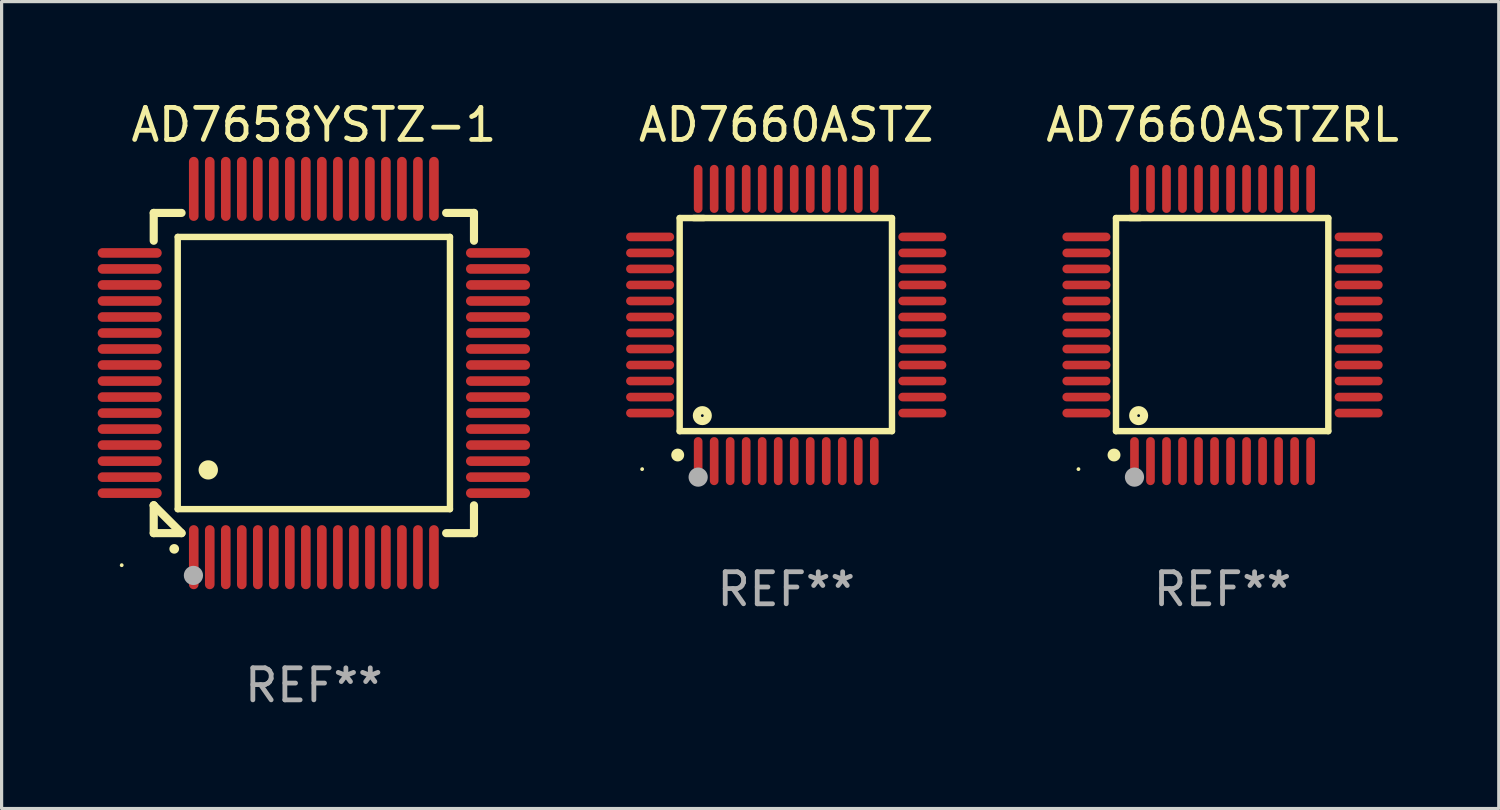
<source format=kicad_pcb>
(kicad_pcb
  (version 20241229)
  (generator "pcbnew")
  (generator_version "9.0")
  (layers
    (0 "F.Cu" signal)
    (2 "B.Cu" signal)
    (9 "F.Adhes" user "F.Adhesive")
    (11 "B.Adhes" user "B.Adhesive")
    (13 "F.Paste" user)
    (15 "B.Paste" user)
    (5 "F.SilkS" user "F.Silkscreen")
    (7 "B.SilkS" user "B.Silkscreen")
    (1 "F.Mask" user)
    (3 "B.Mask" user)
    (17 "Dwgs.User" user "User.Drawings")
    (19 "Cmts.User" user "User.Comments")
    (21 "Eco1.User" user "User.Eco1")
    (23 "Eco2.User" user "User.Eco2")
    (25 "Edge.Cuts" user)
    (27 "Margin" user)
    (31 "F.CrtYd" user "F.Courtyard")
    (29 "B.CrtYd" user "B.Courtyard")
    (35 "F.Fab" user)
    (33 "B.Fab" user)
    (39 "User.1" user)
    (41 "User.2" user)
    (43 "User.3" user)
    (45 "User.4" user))
  (footprint "AD7658YSTZ-1"
    (layer "F.Cu")
    (at 6.75 8.598)
    (property "Reference" "AD7658YSTZ-1" (at 0 -7.75 0) (layer "F.SilkS") (effects (font (size 1 1) (thickness 0.15))))
    (attr through_hole)
    (fp_line (start -5 -5) (end -4.131 -5) (stroke (width 0.254) (type solid)) (layer "F.SilkS"))
    (fp_line (start -5 -4.131) (end -5 -5) (stroke (width 0.254) (type solid)) (layer "F.SilkS"))
    (fp_line (start -5 4.131) (end -5 4.131) (stroke (width 0.254) (type solid)) (layer "F.SilkS"))
    (fp_line (start -5 5) (end -5 4.131) (stroke (width 0.254) (type solid)) (layer "F.SilkS"))
    (fp_line (start -5 4.131) (end -4.131 5) (stroke (width 0.254) (type solid)) (layer "F.SilkS"))
    (fp_line (start -4.25 -4.25) (end -4.25 4.25) (stroke (width 0.2) (type solid)) (layer "F.SilkS"))
    (fp_line (start -4.25 4.25) (end 4.25 4.25) (stroke (width 0.2) (type solid)) (layer "F.SilkS"))
    (fp_line (start -4.131 5) (end -5 5) (stroke (width 0.254) (type solid)) (layer "F.SilkS"))
    (fp_line (start 4.25 -4.25) (end -4.25 -4.25) (stroke (width 0.2) (type solid)) (layer "F.SilkS"))
    (fp_line (start 4.25 4.25) (end 4.25 -4.25) (stroke (width 0.2) (type solid)) (layer "F.SilkS"))
    (fp_line (start 5 -5) (end 4.131 -5) (stroke (width 0.254) (type solid)) (layer "F.SilkS"))
    (fp_line (start 5 -5) (end 5 -4.131) (stroke (width 0.254) (type solid)) (layer "F.SilkS"))
    (fp_line (start 5 4.131) (end 5 5) (stroke (width 0.254) (type solid)) (layer "F.SilkS"))
    (fp_line (start 5 5) (end 4.131 5) (stroke (width 0.254) (type solid)) (layer "F.SilkS"))
    (fp_arc (start -4.361265 5.489992) (mid -4.359995 5.489987) (end -4.358725 5.489992) (stroke (width 0.3) (type solid)) (layer "F.SilkS"))
    (fp_arc (start -3.299467 3.025146) (mid -3.296927 3.025135) (end -3.294387 3.025146) (stroke (width 0.6) (type solid)) (layer "F.SilkS"))
    (fp_circle (center -6 6) (end -5.97 6) (stroke (width 0.06) (type solid)) (fill no) (layer "F.SilkS"))
    (fp_circle (center -3.76 6.32) (end -3.61 6.32) (stroke (width 0.3) (type solid)) (fill no) (layer "F.Fab"))
    (fp_text user "REF**" (at 0 9.75 0) (layer "F.Fab") (effects (font (size 1 1) (thickness 0.15))))
    (pad "1" smd oval (at -3.75 5.75) (size 0.3 2) (layers "F.Cu" "F.Mask" "F.Paste"))
    (pad "2" smd oval (at -3.25 5.75) (size 0.3 2) (layers "F.Cu" "F.Mask" "F.Paste"))
    (pad "3" smd oval (at -2.75 5.75) (size 0.3 2) (layers "F.Cu" "F.Mask" "F.Paste"))
    (pad "4" smd oval (at -2.25 5.75) (size 0.3 2) (layers "F.Cu" "F.Mask" "F.Paste"))
    (pad "5" smd oval (at -1.75 5.75) (size 0.3 2) (layers "F.Cu" "F.Mask" "F.Paste"))
    (pad "6" smd oval (at -1.25 5.75) (size 0.3 2) (layers "F.Cu" "F.Mask" "F.Paste"))
    (pad "7" smd oval (at -0.75 5.75) (size 0.3 2) (layers "F.Cu" "F.Mask" "F.Paste"))
    (pad "8" smd oval (at -0.25 5.75) (size 0.3 2) (layers "F.Cu" "F.Mask" "F.Paste"))
    (pad "9" smd oval (at 0.25 5.75) (size 0.3 2) (layers "F.Cu" "F.Mask" "F.Paste"))
    (pad "10" smd oval (at 0.75 5.75) (size 0.3 2) (layers "F.Cu" "F.Mask" "F.Paste"))
    (pad "11" smd oval (at 1.25 5.75) (size 0.3 2) (layers "F.Cu" "F.Mask" "F.Paste"))
    (pad "12" smd oval (at 1.75 5.75) (size 0.3 2) (layers "F.Cu" "F.Mask" "F.Paste"))
    (pad "13" smd oval (at 2.25 5.75) (size 0.3 2) (layers "F.Cu" "F.Mask" "F.Paste"))
    (pad "14" smd oval (at 2.75 5.75) (size 0.3 2) (layers "F.Cu" "F.Mask" "F.Paste"))
    (pad "15" smd oval (at 3.25 5.75) (size 0.3 2) (layers "F.Cu" "F.Mask" "F.Paste"))
    (pad "16" smd oval (at 3.75 5.75) (size 0.3 2) (layers "F.Cu" "F.Mask" "F.Paste"))
    (pad "17" smd oval (at 5.75 3.75) (size 2 0.3) (layers "F.Cu" "F.Mask" "F.Paste"))
    (pad "18" smd oval (at 5.75 3.25) (size 2 0.3) (layers "F.Cu" "F.Mask" "F.Paste"))
    (pad "19" smd oval (at 5.75 2.75) (size 2 0.3) (layers "F.Cu" "F.Mask" "F.Paste"))
    (pad "20" smd oval (at 5.75 2.25) (size 2 0.3) (layers "F.Cu" "F.Mask" "F.Paste"))
    (pad "21" smd oval (at 5.75 1.75) (size 2 0.3) (layers "F.Cu" "F.Mask" "F.Paste"))
    (pad "22" smd oval (at 5.75 1.25) (size 2 0.3) (layers "F.Cu" "F.Mask" "F.Paste"))
    (pad "23" smd oval (at 5.75 0.75) (size 2 0.3) (layers "F.Cu" "F.Mask" "F.Paste"))
    (pad "24" smd oval (at 5.75 0.25) (size 2 0.3) (layers "F.Cu" "F.Mask" "F.Paste"))
    (pad "25" smd oval (at 5.75 -0.25) (size 2 0.3) (layers "F.Cu" "F.Mask" "F.Paste"))
    (pad "26" smd oval (at 5.75 -0.75) (size 2 0.3) (layers "F.Cu" "F.Mask" "F.Paste"))
    (pad "27" smd oval (at 5.75 -1.25) (size 2 0.3) (layers "F.Cu" "F.Mask" "F.Paste"))
    (pad "28" smd oval (at 5.75 -1.75) (size 2 0.3) (layers "F.Cu" "F.Mask" "F.Paste"))
    (pad "29" smd oval (at 5.75 -2.25) (size 2 0.3) (layers "F.Cu" "F.Mask" "F.Paste"))
    (pad "30" smd oval (at 5.75 -2.75) (size 2 0.3) (layers "F.Cu" "F.Mask" "F.Paste"))
    (pad "31" smd oval (at 5.75 -3.25) (size 2 0.3) (layers "F.Cu" "F.Mask" "F.Paste"))
    (pad "32" smd oval (at 5.75 -3.75) (size 2 0.3) (layers "F.Cu" "F.Mask" "F.Paste"))
    (pad "33" smd oval (at 3.75 -5.75) (size 0.3 2) (layers "F.Cu" "F.Mask" "F.Paste"))
    (pad "34" smd oval (at 3.25 -5.75) (size 0.3 2) (layers "F.Cu" "F.Mask" "F.Paste"))
    (pad "35" smd oval (at 2.75 -5.75) (size 0.3 2) (layers "F.Cu" "F.Mask" "F.Paste"))
    (pad "36" smd oval (at 2.25 -5.75) (size 0.3 2) (layers "F.Cu" "F.Mask" "F.Paste"))
    (pad "37" smd oval (at 1.75 -5.75) (size 0.3 2) (layers "F.Cu" "F.Mask" "F.Paste"))
    (pad "38" smd oval (at 1.25 -5.75) (size 0.3 2) (layers "F.Cu" "F.Mask" "F.Paste"))
    (pad "39" smd oval (at 0.75 -5.75) (size 0.3 2) (layers "F.Cu" "F.Mask" "F.Paste"))
    (pad "40" smd oval (at 0.25 -5.75) (size 0.3 2) (layers "F.Cu" "F.Mask" "F.Paste"))
    (pad "41" smd oval (at -0.25 -5.75) (size 0.3 2) (layers "F.Cu" "F.Mask" "F.Paste"))
    (pad "42" smd oval (at -0.75 -5.75) (size 0.3 2) (layers "F.Cu" "F.Mask" "F.Paste"))
    (pad "43" smd oval (at -1.25 -5.75) (size 0.3 2) (layers "F.Cu" "F.Mask" "F.Paste"))
    (pad "44" smd oval (at -1.75 -5.75) (size 0.3 2) (layers "F.Cu" "F.Mask" "F.Paste"))
    (pad "45" smd oval (at -2.25 -5.75) (size 0.3 2) (layers "F.Cu" "F.Mask" "F.Paste"))
    (pad "46" smd oval (at -2.75 -5.75) (size 0.3 2) (layers "F.Cu" "F.Mask" "F.Paste"))
    (pad "47" smd oval (at -3.25 -5.75) (size 0.3 2) (layers "F.Cu" "F.Mask" "F.Paste"))
    (pad "48" smd oval (at -3.75 -5.75) (size 0.3 2) (layers "F.Cu" "F.Mask" "F.Paste"))
    (pad "49" smd oval (at -5.75 -3.75) (size 2 0.3) (layers "F.Cu" "F.Mask" "F.Paste"))
    (pad "50" smd oval (at -5.75 -3.25) (size 2 0.3) (layers "F.Cu" "F.Mask" "F.Paste"))
    (pad "51" smd oval (at -5.75 -2.75) (size 2 0.3) (layers "F.Cu" "F.Mask" "F.Paste"))
    (pad "52" smd oval (at -5.75 -2.25) (size 2 0.3) (layers "F.Cu" "F.Mask" "F.Paste"))
    (pad "53" smd oval (at -5.75 -1.75) (size 2 0.3) (layers "F.Cu" "F.Mask" "F.Paste"))
    (pad "54" smd oval (at -5.75 -1.25) (size 2 0.3) (layers "F.Cu" "F.Mask" "F.Paste"))
    (pad "55" smd oval (at -5.75 -0.75) (size 2 0.3) (layers "F.Cu" "F.Mask" "F.Paste"))
    (pad "56" smd oval (at -5.75 -0.25) (size 2 0.3) (layers "F.Cu" "F.Mask" "F.Paste"))
    (pad "57" smd oval (at -5.75 0.25) (size 2 0.3) (layers "F.Cu" "F.Mask" "F.Paste"))
    (pad "58" smd oval (at -5.75 0.75) (size 2 0.3) (layers "F.Cu" "F.Mask" "F.Paste"))
    (pad "59" smd oval (at -5.75 1.25) (size 2 0.3) (layers "F.Cu" "F.Mask" "F.Paste"))
    (pad "60" smd oval (at -5.75 1.75) (size 2 0.3) (layers "F.Cu" "F.Mask" "F.Paste"))
    (pad "61" smd oval (at -5.75 2.25) (size 2 0.3) (layers "F.Cu" "F.Mask" "F.Paste"))
    (pad "62" smd oval (at -5.75 2.75) (size 2 0.3) (layers "F.Cu" "F.Mask" "F.Paste"))
    (pad "63" smd oval (at -5.75 3.25) (size 2 0.3) (layers "F.Cu" "F.Mask" "F.Paste"))
    (pad "64" smd oval (at -5.75 3.75) (size 2 0.3) (layers "F.Cu" "F.Mask" "F.Paste")))
  (footprint "AD7660ASTZRL"
    (layer "F.Cu")
    (at 35.124 7.098)
    (property "Reference" "AD7660ASTZRL" (at 0 -6.25 0) (layer "F.SilkS") (effects (font (size 1 1) (thickness 0.15))))
    (attr through_hole)
    (fp_line (start -3.327 -3.34) (end -2.565 -3.34) (stroke (width 0.2) (type solid)) (layer "F.SilkS"))
    (fp_line (start -3.327 3.315) (end -3.327 -3.34) (stroke (width 0.2) (type solid)) (layer "F.SilkS"))
    (fp_line (start -2.896 -3.34) (end 3.302 -3.34) (stroke (width 0.2) (type solid)) (layer "F.SilkS"))
    (fp_line (start 3.302 -3.34) (end 3.302 3.315) (stroke (width 0.2) (type solid)) (layer "F.SilkS"))
    (fp_line (start 3.302 3.315) (end -3.327 3.315) (stroke (width 0.2) (type solid)) (layer "F.SilkS"))
    (fp_arc (start -3.389992 4.059995) (mid -3.388722 4.059991) (end -3.387452 4.059995) (stroke (width 0.4) (type solid)) (layer "F.SilkS"))
    (fp_circle (center -4.5 4.5) (end -4.47 4.5) (stroke (width 0.06) (type solid)) (fill no) (layer "F.SilkS"))
    (fp_circle (center -2.62 2.83) (end -2.45 2.83) (stroke (width 0.254) (type solid)) (fill no) (layer "F.SilkS"))
    (fp_circle (center -2.75 4.75) (end -2.6 4.75) (stroke (width 0.3) (type solid)) (fill no) (layer "F.Fab"))
    (fp_text user "REF**" (at 0 8.25 0) (layer "F.Fab") (effects (font (size 1 1) (thickness 0.15))))
    (pad "1" smd oval (at -2.75 4.25) (size 0.27 1.5) (layers "F.Cu" "F.Mask" "F.Paste"))
    (pad "2" smd oval (at -2.25 4.25) (size 0.27 1.5) (layers "F.Cu" "F.Mask" "F.Paste"))
    (pad "3" smd oval (at -1.75 4.25) (size 0.27 1.5) (layers "F.Cu" "F.Mask" "F.Paste"))
    (pad "4" smd oval (at -1.25 4.25) (size 0.27 1.5) (layers "F.Cu" "F.Mask" "F.Paste"))
    (pad "5" smd oval (at -0.75 4.25) (size 0.27 1.5) (layers "F.Cu" "F.Mask" "F.Paste"))
    (pad "6" smd oval (at -0.25 4.25) (size 0.27 1.5) (layers "F.Cu" "F.Mask" "F.Paste"))
    (pad "7" smd oval (at 0.25 4.25) (size 0.27 1.5) (layers "F.Cu" "F.Mask" "F.Paste"))
    (pad "8" smd oval (at 0.75 4.25) (size 0.27 1.5) (layers "F.Cu" "F.Mask" "F.Paste"))
    (pad "9" smd oval (at 1.25 4.25) (size 0.27 1.5) (layers "F.Cu" "F.Mask" "F.Paste"))
    (pad "10" smd oval (at 1.75 4.25) (size 0.27 1.5) (layers "F.Cu" "F.Mask" "F.Paste"))
    (pad "11" smd oval (at 2.25 4.25) (size 0.27 1.5) (layers "F.Cu" "F.Mask" "F.Paste"))
    (pad "12" smd oval (at 2.75 4.25) (size 0.27 1.5) (layers "F.Cu" "F.Mask" "F.Paste"))
    (pad "13" smd oval (at 4.25 2.75) (size 1.5 0.27) (layers "F.Cu" "F.Mask" "F.Paste"))
    (pad "14" smd oval (at 4.25 2.25) (size 1.5 0.27) (layers "F.Cu" "F.Mask" "F.Paste"))
    (pad "15" smd oval (at 4.25 1.75) (size 1.5 0.27) (layers "F.Cu" "F.Mask" "F.Paste"))
    (pad "16" smd oval (at 4.25 1.25) (size 1.5 0.27) (layers "F.Cu" "F.Mask" "F.Paste"))
    (pad "17" smd oval (at 4.25 0.75) (size 1.5 0.27) (layers "F.Cu" "F.Mask" "F.Paste"))
    (pad "18" smd oval (at 4.25 0.25) (size 1.5 0.27) (layers "F.Cu" "F.Mask" "F.Paste"))
    (pad "19" smd oval (at 4.25 -0.25) (size 1.5 0.27) (layers "F.Cu" "F.Mask" "F.Paste"))
    (pad "20" smd oval (at 4.25 -0.75) (size 1.5 0.27) (layers "F.Cu" "F.Mask" "F.Paste"))
    (pad "21" smd oval (at 4.25 -1.25) (size 1.5 0.27) (layers "F.Cu" "F.Mask" "F.Paste"))
    (pad "22" smd oval (at 4.25 -1.75) (size 1.5 0.27) (layers "F.Cu" "F.Mask" "F.Paste"))
    (pad "23" smd oval (at 4.25 -2.25) (size 1.5 0.27) (layers "F.Cu" "F.Mask" "F.Paste"))
    (pad "24" smd oval (at 4.25 -2.75) (size 1.5 0.27) (layers "F.Cu" "F.Mask" "F.Paste"))
    (pad "25" smd oval (at 2.75 -4.25) (size 0.27 1.5) (layers "F.Cu" "F.Mask" "F.Paste"))
    (pad "26" smd oval (at 2.25 -4.25) (size 0.27 1.5) (layers "F.Cu" "F.Mask" "F.Paste"))
    (pad "27" smd oval (at 1.75 -4.25) (size 0.27 1.5) (layers "F.Cu" "F.Mask" "F.Paste"))
    (pad "28" smd oval (at 1.25 -4.25) (size 0.27 1.5) (layers "F.Cu" "F.Mask" "F.Paste"))
    (pad "29" smd oval (at 0.75 -4.25) (size 0.27 1.5) (layers "F.Cu" "F.Mask" "F.Paste"))
    (pad "30" smd oval (at 0.25 -4.25) (size 0.27 1.5) (layers "F.Cu" "F.Mask" "F.Paste"))
    (pad "31" smd oval (at -0.25 -4.25) (size 0.27 1.5) (layers "F.Cu" "F.Mask" "F.Paste"))
    (pad "32" smd oval (at -0.75 -4.25) (size 0.27 1.5) (layers "F.Cu" "F.Mask" "F.Paste"))
    (pad "33" smd oval (at -1.25 -4.25) (size 0.27 1.5) (layers "F.Cu" "F.Mask" "F.Paste"))
    (pad "34" smd oval (at -1.75 -4.25) (size 0.27 1.5) (layers "F.Cu" "F.Mask" "F.Paste"))
    (pad "35" smd oval (at -2.25 -4.25) (size 0.27 1.5) (layers "F.Cu" "F.Mask" "F.Paste"))
    (pad "36" smd oval (at -2.75 -4.25) (size 0.27 1.5) (layers "F.Cu" "F.Mask" "F.Paste"))
    (pad "37" smd oval (at -4.25 -2.75) (size 1.5 0.27) (layers "F.Cu" "F.Mask" "F.Paste"))
    (pad "38" smd oval (at -4.25 -2.25) (size 1.5 0.27) (layers "F.Cu" "F.Mask" "F.Paste"))
    (pad "39" smd oval (at -4.25 -1.75) (size 1.5 0.27) (layers "F.Cu" "F.Mask" "F.Paste"))
    (pad "40" smd oval (at -4.25 -1.25) (size 1.5 0.27) (layers "F.Cu" "F.Mask" "F.Paste"))
    (pad "41" smd oval (at -4.25 -0.75) (size 1.5 0.27) (layers "F.Cu" "F.Mask" "F.Paste"))
    (pad "42" smd oval (at -4.25 -0.25) (size 1.5 0.27) (layers "F.Cu" "F.Mask" "F.Paste"))
    (pad "43" smd oval (at -4.25 0.25) (size 1.5 0.27) (layers "F.Cu" "F.Mask" "F.Paste"))
    (pad "44" smd oval (at -4.25 0.75) (size 1.5 0.27) (layers "F.Cu" "F.Mask" "F.Paste"))
    (pad "45" smd oval (at -4.25 1.25) (size 1.5 0.27) (layers "F.Cu" "F.Mask" "F.Paste"))
    (pad "46" smd oval (at -4.25 1.75) (size 1.5 0.27) (layers "F.Cu" "F.Mask" "F.Paste"))
    (pad "47" smd oval (at -4.25 2.25) (size 1.5 0.27) (layers "F.Cu" "F.Mask" "F.Paste"))
    (pad "48" smd oval (at -4.25 2.75) (size 1.5 0.27) (layers "F.Cu" "F.Mask" "F.Paste")))
  (footprint "AD7660ASTZ"
    (layer "F.Cu")
    (at 21.5 7.098)
    (property "Reference" "AD7660ASTZ" (at 0 -6.25 0) (layer "F.SilkS") (effects (font (size 1 1) (thickness 0.15))))
    (attr through_hole)
    (fp_line (start -3.327 -3.34) (end -2.565 -3.34) (stroke (width 0.2) (type solid)) (layer "F.SilkS"))
    (fp_line (start -3.327 3.315) (end -3.327 -3.34) (stroke (width 0.2) (type solid)) (layer "F.SilkS"))
    (fp_line (start -2.896 -3.34) (end 3.302 -3.34) (stroke (width 0.2) (type solid)) (layer "F.SilkS"))
    (fp_line (start 3.302 -3.34) (end 3.302 3.315) (stroke (width 0.2) (type solid)) (layer "F.SilkS"))
    (fp_line (start 3.302 3.315) (end -3.327 3.315) (stroke (width 0.2) (type solid)) (layer "F.SilkS"))
    (fp_arc (start -3.389992 4.059995) (mid -3.388722 4.059991) (end -3.387452 4.059995) (stroke (width 0.4) (type solid)) (layer "F.SilkS"))
    (fp_circle (center -4.5 4.5) (end -4.47 4.5) (stroke (width 0.06) (type solid)) (fill no) (layer "F.SilkS"))
    (fp_circle (center -2.62 2.83) (end -2.45 2.83) (stroke (width 0.254) (type solid)) (fill no) (layer "F.SilkS"))
    (fp_circle (center -2.75 4.75) (end -2.6 4.75) (stroke (width 0.3) (type solid)) (fill no) (layer "F.Fab"))
    (fp_text user "REF**" (at 0 8.25 0) (layer "F.Fab") (effects (font (size 1 1) (thickness 0.15))))
    (pad "1" smd oval (at -2.75 4.25) (size 0.27 1.5) (layers "F.Cu" "F.Mask" "F.Paste"))
    (pad "2" smd oval (at -2.25 4.25) (size 0.27 1.5) (layers "F.Cu" "F.Mask" "F.Paste"))
    (pad "3" smd oval (at -1.75 4.25) (size 0.27 1.5) (layers "F.Cu" "F.Mask" "F.Paste"))
    (pad "4" smd oval (at -1.25 4.25) (size 0.27 1.5) (layers "F.Cu" "F.Mask" "F.Paste"))
    (pad "5" smd oval (at -0.75 4.25) (size 0.27 1.5) (layers "F.Cu" "F.Mask" "F.Paste"))
    (pad "6" smd oval (at -0.25 4.25) (size 0.27 1.5) (layers "F.Cu" "F.Mask" "F.Paste"))
    (pad "7" smd oval (at 0.25 4.25) (size 0.27 1.5) (layers "F.Cu" "F.Mask" "F.Paste"))
    (pad "8" smd oval (at 0.75 4.25) (size 0.27 1.5) (layers "F.Cu" "F.Mask" "F.Paste"))
    (pad "9" smd oval (at 1.25 4.25) (size 0.27 1.5) (layers "F.Cu" "F.Mask" "F.Paste"))
    (pad "10" smd oval (at 1.75 4.25) (size 0.27 1.5) (layers "F.Cu" "F.Mask" "F.Paste"))
    (pad "11" smd oval (at 2.25 4.25) (size 0.27 1.5) (layers "F.Cu" "F.Mask" "F.Paste"))
    (pad "12" smd oval (at 2.75 4.25) (size 0.27 1.5) (layers "F.Cu" "F.Mask" "F.Paste"))
    (pad "13" smd oval (at 4.25 2.75) (size 1.5 0.27) (layers "F.Cu" "F.Mask" "F.Paste"))
    (pad "14" smd oval (at 4.25 2.25) (size 1.5 0.27) (layers "F.Cu" "F.Mask" "F.Paste"))
    (pad "15" smd oval (at 4.25 1.75) (size 1.5 0.27) (layers "F.Cu" "F.Mask" "F.Paste"))
    (pad "16" smd oval (at 4.25 1.25) (size 1.5 0.27) (layers "F.Cu" "F.Mask" "F.Paste"))
    (pad "17" smd oval (at 4.25 0.75) (size 1.5 0.27) (layers "F.Cu" "F.Mask" "F.Paste"))
    (pad "18" smd oval (at 4.25 0.25) (size 1.5 0.27) (layers "F.Cu" "F.Mask" "F.Paste"))
    (pad "19" smd oval (at 4.25 -0.25) (size 1.5 0.27) (layers "F.Cu" "F.Mask" "F.Paste"))
    (pad "20" smd oval (at 4.25 -0.75) (size 1.5 0.27) (layers "F.Cu" "F.Mask" "F.Paste"))
    (pad "21" smd oval (at 4.25 -1.25) (size 1.5 0.27) (layers "F.Cu" "F.Mask" "F.Paste"))
    (pad "22" smd oval (at 4.25 -1.75) (size 1.5 0.27) (layers "F.Cu" "F.Mask" "F.Paste"))
    (pad "23" smd oval (at 4.25 -2.25) (size 1.5 0.27) (layers "F.Cu" "F.Mask" "F.Paste"))
    (pad "24" smd oval (at 4.25 -2.75) (size 1.5 0.27) (layers "F.Cu" "F.Mask" "F.Paste"))
    (pad "25" smd oval (at 2.75 -4.25) (size 0.27 1.5) (layers "F.Cu" "F.Mask" "F.Paste"))
    (pad "26" smd oval (at 2.25 -4.25) (size 0.27 1.5) (layers "F.Cu" "F.Mask" "F.Paste"))
    (pad "27" smd oval (at 1.75 -4.25) (size 0.27 1.5) (layers "F.Cu" "F.Mask" "F.Paste"))
    (pad "28" smd oval (at 1.25 -4.25) (size 0.27 1.5) (layers "F.Cu" "F.Mask" "F.Paste"))
    (pad "29" smd oval (at 0.75 -4.25) (size 0.27 1.5) (layers "F.Cu" "F.Mask" "F.Paste"))
    (pad "30" smd oval (at 0.25 -4.25) (size 0.27 1.5) (layers "F.Cu" "F.Mask" "F.Paste"))
    (pad "31" smd oval (at -0.25 -4.25) (size 0.27 1.5) (layers "F.Cu" "F.Mask" "F.Paste"))
    (pad "32" smd oval (at -0.75 -4.25) (size 0.27 1.5) (layers "F.Cu" "F.Mask" "F.Paste"))
    (pad "33" smd oval (at -1.25 -4.25) (size 0.27 1.5) (layers "F.Cu" "F.Mask" "F.Paste"))
    (pad "34" smd oval (at -1.75 -4.25) (size 0.27 1.5) (layers "F.Cu" "F.Mask" "F.Paste"))
    (pad "35" smd oval (at -2.25 -4.25) (size 0.27 1.5) (layers "F.Cu" "F.Mask" "F.Paste"))
    (pad "36" smd oval (at -2.75 -4.25) (size 0.27 1.5) (layers "F.Cu" "F.Mask" "F.Paste"))
    (pad "37" smd oval (at -4.25 -2.75) (size 1.5 0.27) (layers "F.Cu" "F.Mask" "F.Paste"))
    (pad "38" smd oval (at -4.25 -2.25) (size 1.5 0.27) (layers "F.Cu" "F.Mask" "F.Paste"))
    (pad "39" smd oval (at -4.25 -1.75) (size 1.5 0.27) (layers "F.Cu" "F.Mask" "F.Paste"))
    (pad "40" smd oval (at -4.25 -1.25) (size 1.5 0.27) (layers "F.Cu" "F.Mask" "F.Paste"))
    (pad "41" smd oval (at -4.25 -0.75) (size 1.5 0.27) (layers "F.Cu" "F.Mask" "F.Paste"))
    (pad "42" smd oval (at -4.25 -0.25) (size 1.5 0.27) (layers "F.Cu" "F.Mask" "F.Paste"))
    (pad "43" smd oval (at -4.25 0.25) (size 1.5 0.27) (layers "F.Cu" "F.Mask" "F.Paste"))
    (pad "44" smd oval (at -4.25 0.75) (size 1.5 0.27) (layers "F.Cu" "F.Mask" "F.Paste"))
    (pad "45" smd oval (at -4.25 1.25) (size 1.5 0.27) (layers "F.Cu" "F.Mask" "F.Paste"))
    (pad "46" smd oval (at -4.25 1.75) (size 1.5 0.27) (layers "F.Cu" "F.Mask" "F.Paste"))
    (pad "47" smd oval (at -4.25 2.25) (size 1.5 0.27) (layers "F.Cu" "F.Mask" "F.Paste"))
    (pad "48" smd oval (at -4.25 2.75) (size 1.5 0.27) (layers "F.Cu" "F.Mask" "F.Paste")))
  (gr_rect
    (start -3 -3)
    (end 43.749 22.196)
    (stroke (width 0.1) (type default))
    (fill no)
    (layer "Edge.Cuts")))
</source>
